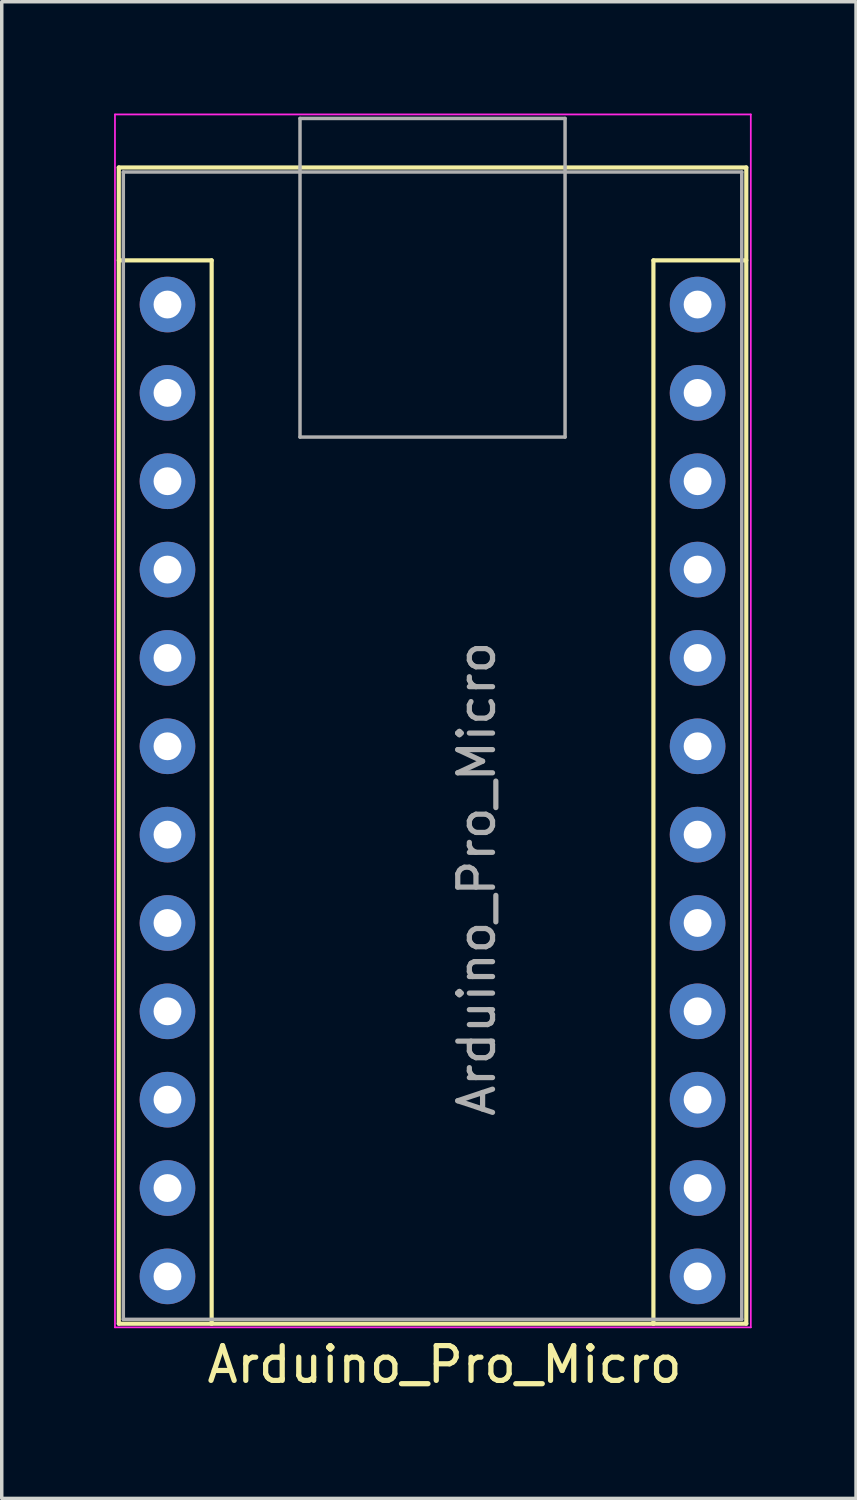
<source format=kicad_pcb>
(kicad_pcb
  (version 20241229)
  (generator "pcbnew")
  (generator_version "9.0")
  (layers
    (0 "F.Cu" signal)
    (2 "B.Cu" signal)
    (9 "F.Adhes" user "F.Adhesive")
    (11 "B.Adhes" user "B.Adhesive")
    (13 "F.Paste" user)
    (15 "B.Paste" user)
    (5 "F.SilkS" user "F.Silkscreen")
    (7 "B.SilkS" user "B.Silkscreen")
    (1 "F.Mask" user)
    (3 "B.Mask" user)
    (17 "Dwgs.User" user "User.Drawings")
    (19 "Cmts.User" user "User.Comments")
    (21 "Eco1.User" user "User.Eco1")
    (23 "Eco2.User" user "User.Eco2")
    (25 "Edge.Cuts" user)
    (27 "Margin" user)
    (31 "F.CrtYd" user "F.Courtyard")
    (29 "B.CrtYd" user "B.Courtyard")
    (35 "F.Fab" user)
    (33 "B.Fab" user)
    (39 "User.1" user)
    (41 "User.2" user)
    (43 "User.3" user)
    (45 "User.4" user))
  (footprint "Arduino_Pro_Micro"
    (layer "F.Cu")
    (at 0.25 0.25)
    (property "Reference" "Arduino_Pro_Micro" (at 9.48 35.93 180) (layer "F.SilkS") (effects (font (size 1 1) (thickness 0.15))))
    (attr through_hole)
    (fp_line (start 0.115 1.515) (end 0.115 34.755) (stroke (width 0.12) (type solid)) (layer "F.SilkS"))
    (fp_line (start 2.785 4.185) (end 0.115 4.185) (stroke (width 0.12) (type solid)) (layer "F.SilkS"))
    (fp_line (start 2.785 34.755) (end 0.115 34.755) (stroke (width 0.12) (type solid)) (layer "F.SilkS"))
    (fp_line (start 2.785 34.755) (end 2.785 4.185) (stroke (width 0.12) (type solid)) (layer "F.SilkS"))
    (fp_line (start 2.785 34.755) (end 15.485 34.755) (stroke (width 0.12) (type solid)) (layer "F.SilkS"))
    (fp_line (start 15.485 4.185) (end 18.155 4.185) (stroke (width 0.12) (type solid)) (layer "F.SilkS"))
    (fp_line (start 15.485 34.755) (end 15.485 4.185) (stroke (width 0.12) (type solid)) (layer "F.SilkS"))
    (fp_line (start 15.485 34.755) (end 18.155 34.755) (stroke (width 0.12) (type solid)) (layer "F.SilkS"))
    (fp_line (start 18.155 1.515) (end 0.115 1.515) (stroke (width 0.12) (type solid)) (layer "F.SilkS"))
    (fp_line (start 18.155 34.755) (end 18.155 1.515) (stroke (width 0.12) (type solid)) (layer "F.SilkS"))
    (fp_line (start 0.005 -0.01) (end 0.005 34.86) (stroke (width 0.05) (type solid)) (layer "F.CrtYd"))
    (fp_line (start 0.005 -0.01) (end 18.285 -0.01) (stroke (width 0.05) (type solid)) (layer "F.CrtYd"))
    (fp_line (start 18.285 34.86) (end 0.005 34.86) (stroke (width 0.05) (type solid)) (layer "F.CrtYd"))
    (fp_line (start 18.285 34.86) (end 18.285 -0.01) (stroke (width 0.05) (type solid)) (layer "F.CrtYd"))
    (fp_line (start 0.245 1.645) (end 18.025 1.645) (stroke (width 0.1) (type solid)) (layer "F.Fab"))
    (fp_line (start 0.245 34.63) (end 0.245 1.645) (stroke (width 0.1) (type solid)) (layer "F.Fab"))
    (fp_line (start 5.325 0.105) (end 12.945 0.105) (stroke (width 0.1) (type solid)) (layer "F.Fab"))
    (fp_line (start 5.325 9.265) (end 5.325 0.105) (stroke (width 0.1) (type solid)) (layer "F.Fab"))
    (fp_line (start 12.945 0.105) (end 12.945 9.265) (stroke (width 0.1) (type solid)) (layer "F.Fab"))
    (fp_line (start 12.945 9.265) (end 5.325 9.265) (stroke (width 0.1) (type solid)) (layer "F.Fab"))
    (fp_line (start 18.025 1.645) (end 18.025 34.63) (stroke (width 0.1) (type solid)) (layer "F.Fab"))
    (fp_line (start 18.025 34.63) (end 0.245 34.63) (stroke (width 0.1) (type solid)) (layer "F.Fab"))
    (fp_text user "${REFERENCE}" (at 10.405 21.965 270) (layer "F.Fab") (effects (font (size 1 1) (thickness 0.15))))
    (pad "1" thru_hole oval (at 1.515 5.455 180) (size 1.6 1.6) (drill 0.8) (layers "*.Cu" "*.Mask"))
    (pad "2" thru_hole oval (at 1.515 7.995 180) (size 1.6 1.6) (drill 0.8) (layers "*.Cu" "*.Mask"))
    (pad "3" thru_hole oval (at 1.515 10.535 180) (size 1.6 1.6) (drill 0.8) (layers "*.Cu" "*.Mask"))
    (pad "4" thru_hole oval (at 1.515 13.075 180) (size 1.6 1.6) (drill 0.8) (layers "*.Cu" "*.Mask"))
    (pad "5" thru_hole oval (at 1.515 15.615 180) (size 1.6 1.6) (drill 0.8) (layers "*.Cu" "*.Mask"))
    (pad "6" thru_hole oval (at 1.515 18.155 180) (size 1.6 1.6) (drill 0.8) (layers "*.Cu" "*.Mask"))
    (pad "7" thru_hole oval (at 1.515 20.695 180) (size 1.6 1.6) (drill 0.8) (layers "*.Cu" "*.Mask"))
    (pad "8" thru_hole oval (at 1.515 23.235 180) (size 1.6 1.6) (drill 0.8) (layers "*.Cu" "*.Mask"))
    (pad "9" thru_hole oval (at 1.515 25.775 180) (size 1.6 1.6) (drill 0.8) (layers "*.Cu" "*.Mask"))
    (pad "10" thru_hole oval (at 1.515 28.315 180) (size 1.6 1.6) (drill 0.8) (layers "*.Cu" "*.Mask"))
    (pad "11" thru_hole oval (at 1.515 30.855 180) (size 1.6 1.6) (drill 0.8) (layers "*.Cu" "*.Mask"))
    (pad "12" thru_hole oval (at 1.515 33.395 180) (size 1.6 1.6) (drill 0.8) (layers "*.Cu" "*.Mask"))
    (pad "13" thru_hole oval (at 16.755 33.395 180) (size 1.6 1.6) (drill 0.8) (layers "*.Cu" "*.Mask"))
    (pad "14" thru_hole oval (at 16.755 30.855 180) (size 1.6 1.6) (drill 0.8) (layers "*.Cu" "*.Mask"))
    (pad "15" thru_hole oval (at 16.755 28.315 180) (size 1.6 1.6) (drill 0.8) (layers "*.Cu" "*.Mask"))
    (pad "16" thru_hole oval (at 16.755 25.775 180) (size 1.6 1.6) (drill 0.8) (layers "*.Cu" "*.Mask"))
    (pad "17" thru_hole oval (at 16.755 23.235 180) (size 1.6 1.6) (drill 0.8) (layers "*.Cu" "*.Mask"))
    (pad "18" thru_hole oval (at 16.755 20.695 180) (size 1.6 1.6) (drill 0.8) (layers "*.Cu" "*.Mask"))
    (pad "19" thru_hole oval (at 16.755 18.155 180) (size 1.6 1.6) (drill 0.8) (layers "*.Cu" "*.Mask"))
    (pad "20" thru_hole oval (at 16.755 15.615 180) (size 1.6 1.6) (drill 0.8) (layers "*.Cu" "*.Mask"))
    (pad "21" thru_hole oval (at 16.755 13.075 180) (size 1.6 1.6) (drill 0.8) (layers "*.Cu" "*.Mask"))
    (pad "22" thru_hole oval (at 16.755 10.535 180) (size 1.6 1.6) (drill 0.8) (layers "*.Cu" "*.Mask"))
    (pad "23" thru_hole oval (at 16.755 7.995 180) (size 1.6 1.6) (drill 0.8) (layers "*.Cu" "*.Mask"))
    (pad "24" thru_hole oval (at 16.755 5.455 180) (size 1.6 1.6) (drill 0.8) (layers "*.Cu" "*.Mask")))
  (gr_rect
    (start -3 -3)
    (end 21.56 40.028)
    (stroke (width 0.1) (type default))
    (fill no)
    (layer "Edge.Cuts")))
</source>
